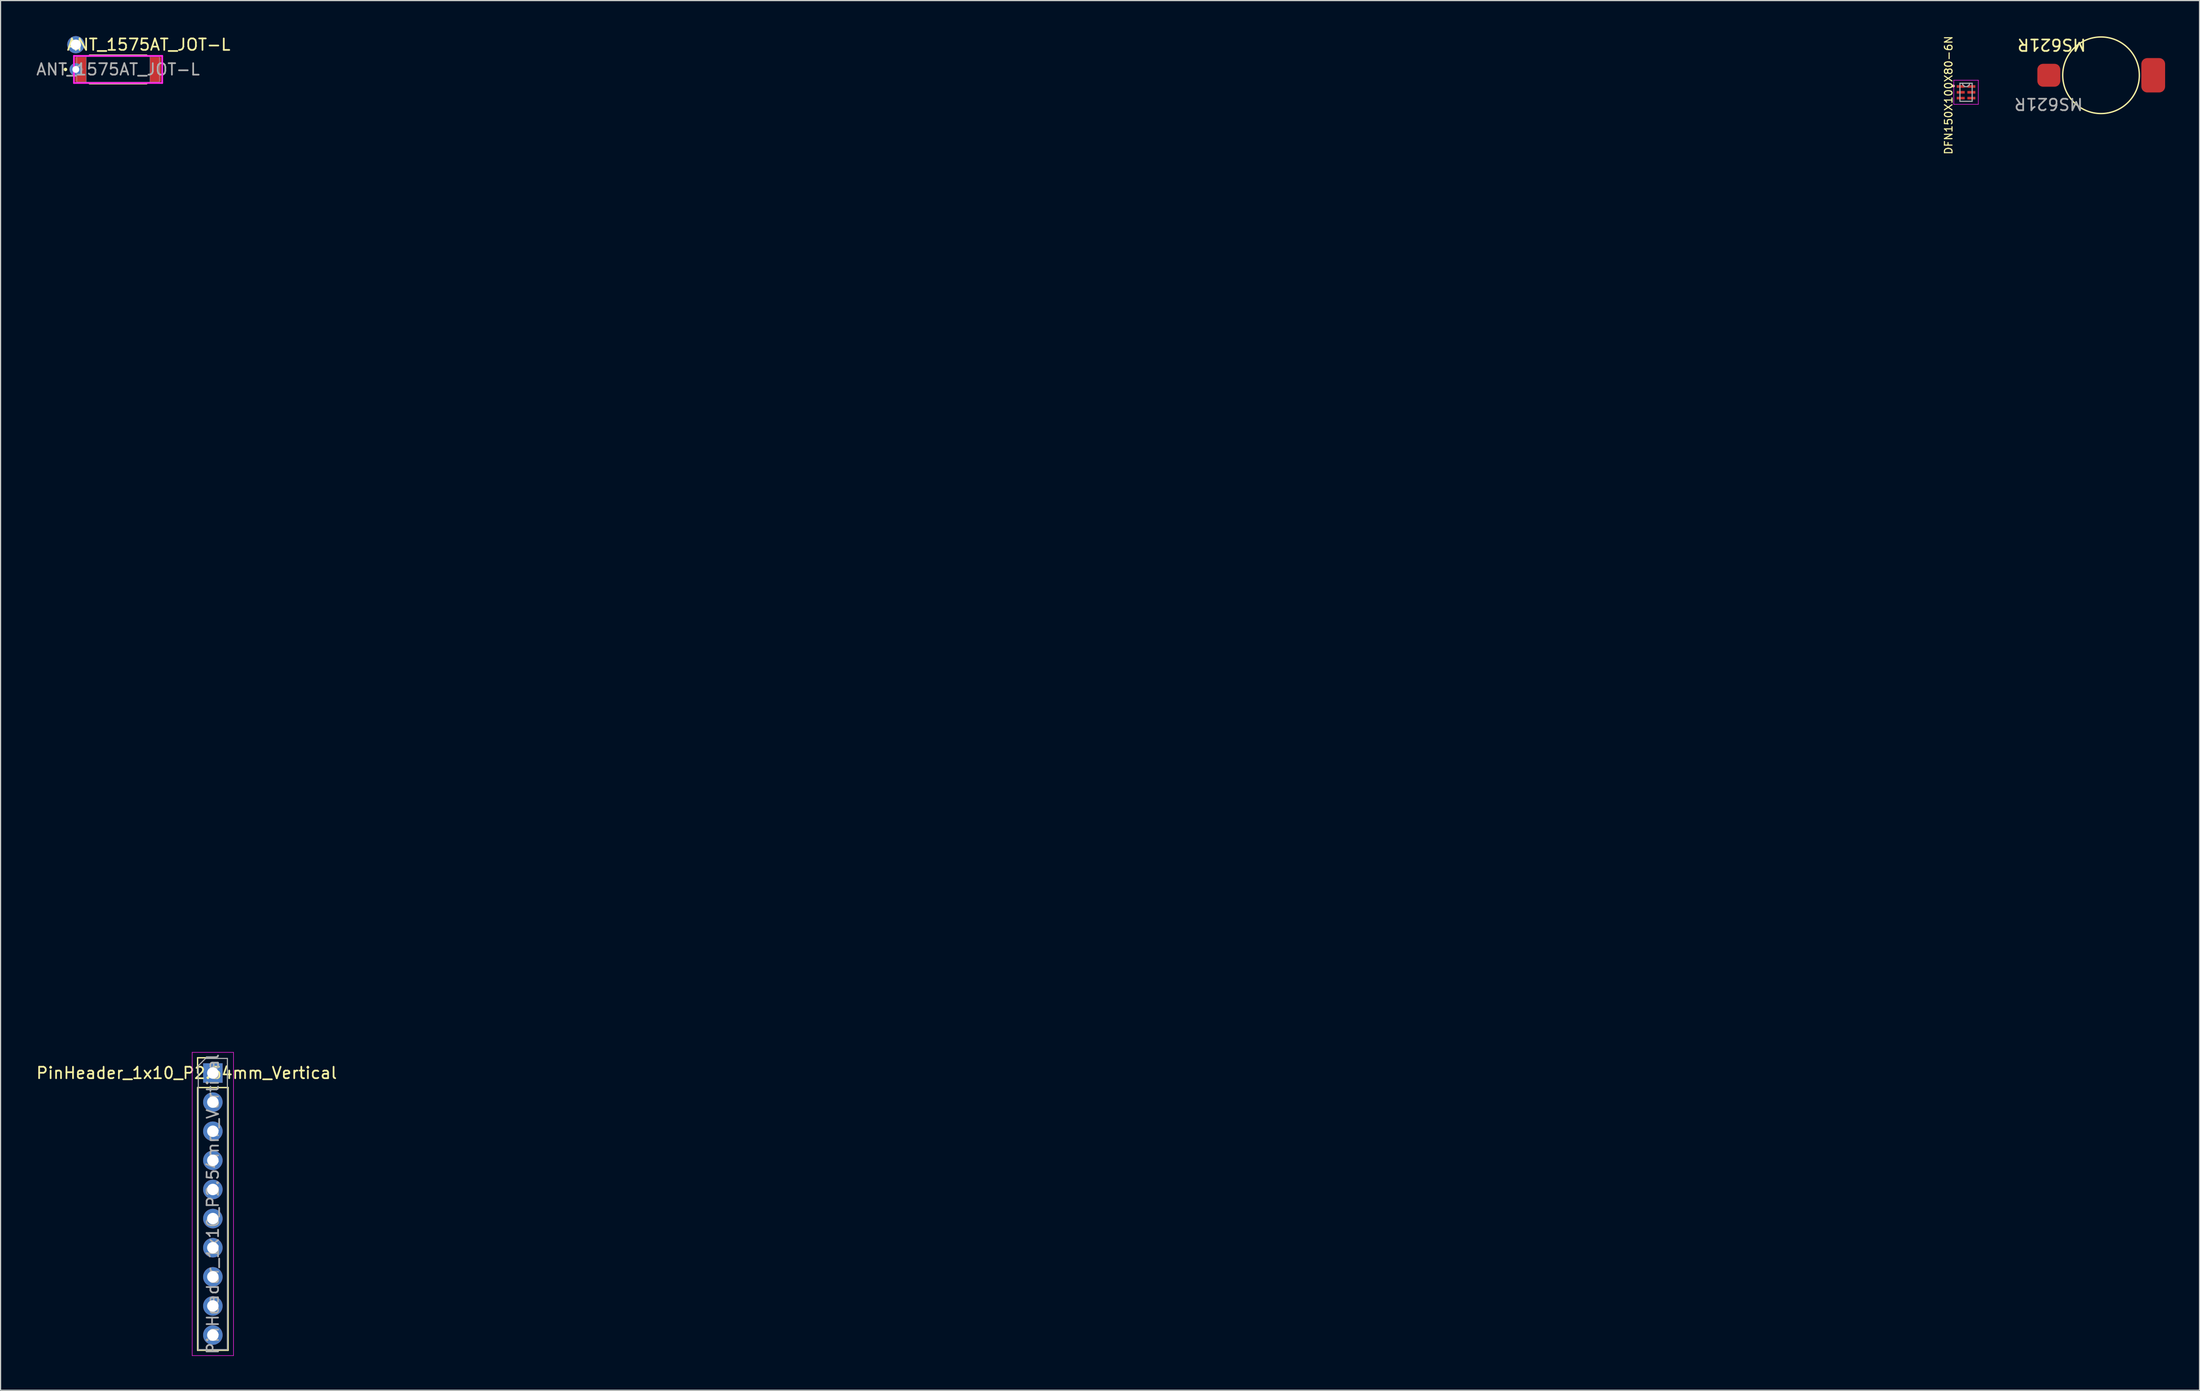
<source format=kicad_pcb>
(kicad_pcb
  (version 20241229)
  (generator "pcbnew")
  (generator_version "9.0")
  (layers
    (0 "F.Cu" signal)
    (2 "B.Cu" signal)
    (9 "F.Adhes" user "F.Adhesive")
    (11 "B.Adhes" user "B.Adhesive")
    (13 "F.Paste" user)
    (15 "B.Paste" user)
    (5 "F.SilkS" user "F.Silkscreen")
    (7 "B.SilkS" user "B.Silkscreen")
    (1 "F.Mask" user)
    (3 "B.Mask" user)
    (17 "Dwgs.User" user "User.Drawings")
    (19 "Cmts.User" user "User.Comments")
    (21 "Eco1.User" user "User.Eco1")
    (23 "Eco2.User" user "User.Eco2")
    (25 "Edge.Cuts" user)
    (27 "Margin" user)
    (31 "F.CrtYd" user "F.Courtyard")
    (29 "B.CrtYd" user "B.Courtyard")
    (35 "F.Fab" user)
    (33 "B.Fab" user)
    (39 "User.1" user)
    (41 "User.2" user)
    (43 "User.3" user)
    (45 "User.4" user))
  (footprint "MS621R"
    (layer "F.Cu")
    (at 175.545 3.515)
    (property "Reference" "MS621R" (at 0.273 -2.667 180) (unlocked yes) (layer "F.SilkS") (effects (font (size 1 1) (thickness 0.15))))
    (attr smd)
    (fp_circle (center 4.572 0) (end 5.08 -3.302) (stroke (width 0.12) (type default)) (fill no) (layer "F.SilkS"))
    (fp_text user "${REFERENCE}" (at 0 2.5 180) (unlocked yes) (layer "F.Fab") (effects (font (size 1 1) (thickness 0.15))))
    (pad "1" smd roundrect (at 9.123 0 90) (size 3 2.074) (layers "F.Cu" "F.Mask" "F.Paste") (roundrect_rratio 0.25))
    (pad "2" smd roundrect (at 0.021 0 270) (size 2 2) (layers "F.Cu" "F.Mask" "F.Paste") (roundrect_rratio 0.25)))
  (footprint "ANT_1575AT_JOT-L"
    (layer "F.Cu")
    (at 7.244 3.007)
    (property "Reference" "ANT_1575AT_JOT-L" (at 2.667 -2.159 0) (unlocked yes) (layer "F.SilkS") (effects (font (size 1 1) (thickness 0.15))))
    (attr smd)
    (fp_line (start -2.486 1.232) (end 2.486 1.232) (stroke (width 0.152) (type solid)) (layer "F.SilkS"))
    (fp_line (start 2.486 -1.232) (end -2.486 -1.232) (stroke (width 0.152) (type solid)) (layer "F.SilkS"))
    (fp_circle (center -4.585 0) (end -4.508 0) (stroke (width 0.152) (type solid)) (fill no) (layer "F.SilkS"))
    (fp_line (start -3.848 -1.181) (end 3.848 -1.181) (stroke (width 0.152) (type solid)) (layer "F.CrtYd"))
    (fp_line (start -3.848 1.181) (end -3.848 -1.181) (stroke (width 0.152) (type solid)) (layer "F.CrtYd"))
    (fp_line (start 3.848 -1.181) (end 3.848 1.181) (stroke (width 0.152) (type solid)) (layer "F.CrtYd"))
    (fp_line (start 3.848 1.181) (end -3.848 1.181) (stroke (width 0.152) (type solid)) (layer "F.CrtYd"))
    (fp_line (start -3.594 -1.105) (end -3.594 1.105) (stroke (width 0.025) (type solid)) (layer "F.Fab"))
    (fp_line (start -3.594 -1.105) (end -3.594 1.105) (stroke (width 0.025) (type solid)) (layer "F.Fab"))
    (fp_line (start -3.594 1.105) (end -2.781 1.105) (stroke (width 0.025) (type solid)) (layer "F.Fab"))
    (fp_line (start -3.594 1.105) (end 3.594 1.105) (stroke (width 0.025) (type solid)) (layer "F.Fab"))
    (fp_line (start -2.781 -1.105) (end -3.594 -1.105) (stroke (width 0.025) (type solid)) (layer "F.Fab"))
    (fp_line (start -2.781 1.105) (end -2.781 -1.105) (stroke (width 0.025) (type solid)) (layer "F.Fab"))
    (fp_line (start 2.781 -1.105) (end 2.781 1.105) (stroke (width 0.025) (type solid)) (layer "F.Fab"))
    (fp_line (start 2.781 1.105) (end 3.594 1.105) (stroke (width 0.025) (type solid)) (layer "F.Fab"))
    (fp_line (start 3.594 -1.105) (end -3.594 -1.105) (stroke (width 0.025) (type solid)) (layer "F.Fab"))
    (fp_line (start 3.594 -1.105) (end 2.781 -1.105) (stroke (width 0.025) (type solid)) (layer "F.Fab"))
    (fp_line (start 3.594 1.105) (end 3.594 -1.105) (stroke (width 0.025) (type solid)) (layer "F.Fab"))
    (fp_line (start 3.594 1.105) (end 3.594 -1.105) (stroke (width 0.025) (type solid)) (layer "F.Fab"))
    (fp_circle (center -3.137 0) (end -3.061 0) (stroke (width 0.025) (type solid)) (fill no) (layer "F.Fab"))
    (fp_text user "${REFERENCE}" (at 0 0 0) (unlocked yes) (layer "F.Fab") (effects (font (size 1 1) (thickness 0.15))))
    (pad "1" thru_hole circle (at -3.683 0) (size 1.1 1.1) (drill 0.6) (layers "*.Cu" "*.Mask"))
    (pad "1" smd rect (at -3.264 0) (size 0.965 2.159) (layers "F.Cu" "F.Mask" "F.Paste"))
    (pad "2" thru_hole circle (at -3.683 -2.159) (size 1.5 1.5) (drill 0.9) (layers "*.Cu" "*.Mask"))
    (pad "3" smd rect (at 3.264 0) (size 0.965 2.159) (layers "F.Cu" "F.Mask" "F.Paste"))
    (zone (net_name "") (layer "F.Cu") (hatch full 0.508) (connect_pads) (min_thickness 0.254) (filled_areas_thickness no) (keepout (tracks not_allowed) (vias not_allowed) (pads allowed) (copperpour not_allowed) (footprints allowed)) (placement (enabled no)) (fill) (polygon (pts (xy 157.803 83.614) (xy 163.264 83.614) (xy 163.264 85.722) (xy 157.803 85.722)))))
  (footprint "PinHeader_1x10_P2.54mm_Vertical"
    (layer "F.Cu")
    (at 15.506 90.547)
    (property "Reference" "PinHeader_1x10_P2.54mm_Vertical" (at -2.286 0 180) (layer "F.SilkS") (effects (font (size 1 1) (thickness 0.15))))
    (attr through_hole)
    (fp_line (start -1.33 -1.33) (end 0 -1.33) (stroke (width 0.12) (type solid)) (layer "F.SilkS"))
    (fp_line (start -1.33 0) (end -1.33 -1.33) (stroke (width 0.12) (type solid)) (layer "F.SilkS"))
    (fp_line (start -1.33 1.27) (end -1.33 24.19) (stroke (width 0.12) (type solid)) (layer "F.SilkS"))
    (fp_line (start -1.33 1.27) (end 1.33 1.27) (stroke (width 0.12) (type solid)) (layer "F.SilkS"))
    (fp_line (start -1.33 24.19) (end 1.33 24.19) (stroke (width 0.12) (type solid)) (layer "F.SilkS"))
    (fp_line (start 1.33 1.27) (end 1.33 24.19) (stroke (width 0.12) (type solid)) (layer "F.SilkS"))
    (fp_line (start -1.8 -1.8) (end -1.8 24.65) (stroke (width 0.05) (type solid)) (layer "F.CrtYd"))
    (fp_line (start -1.8 24.65) (end 1.8 24.65) (stroke (width 0.05) (type solid)) (layer "F.CrtYd"))
    (fp_line (start 1.8 -1.8) (end -1.8 -1.8) (stroke (width 0.05) (type solid)) (layer "F.CrtYd"))
    (fp_line (start 1.8 24.65) (end 1.8 -1.8) (stroke (width 0.05) (type solid)) (layer "F.CrtYd"))
    (fp_line (start -1.27 -0.635) (end -0.635 -1.27) (stroke (width 0.1) (type solid)) (layer "F.Fab"))
    (fp_line (start -1.27 24.13) (end -1.27 -0.635) (stroke (width 0.1) (type solid)) (layer "F.Fab"))
    (fp_line (start -0.635 -1.27) (end 1.27 -1.27) (stroke (width 0.1) (type solid)) (layer "F.Fab"))
    (fp_line (start 1.27 -1.27) (end 1.27 24.13) (stroke (width 0.1) (type solid)) (layer "F.Fab"))
    (fp_line (start 1.27 24.13) (end -1.27 24.13) (stroke (width 0.1) (type solid)) (layer "F.Fab"))
    (fp_text user "${REFERENCE}" (at 0 11.43 270) (layer "F.Fab") (effects (font (size 1 1) (thickness 0.15))))
    (pad "1" thru_hole rect (at 0 0 180) (size 1.7 1.7) (drill 1) (layers "*.Cu" "*.Mask"))
    (pad "2" thru_hole oval (at 0 2.54 180) (size 1.7 1.7) (drill 1) (layers "*.Cu" "*.Mask"))
    (pad "3" thru_hole oval (at 0 5.08 180) (size 1.7 1.7) (drill 1) (layers "*.Cu" "*.Mask"))
    (pad "4" thru_hole oval (at 0 7.62 180) (size 1.7 1.7) (drill 1) (layers "*.Cu" "*.Mask"))
    (pad "5" thru_hole oval (at 0 10.16 180) (size 1.7 1.7) (drill 1) (layers "*.Cu" "*.Mask"))
    (pad "6" thru_hole oval (at 0 12.7 180) (size 1.7 1.7) (drill 1) (layers "*.Cu" "*.Mask"))
    (pad "7" thru_hole oval (at 0 15.24 180) (size 1.7 1.7) (drill 1) (layers "*.Cu" "*.Mask"))
    (pad "8" thru_hole oval (at 0 17.78 180) (size 1.7 1.7) (drill 1) (layers "*.Cu" "*.Mask"))
    (pad "9" thru_hole oval (at 0 20.32 180) (size 1.7 1.7) (drill 1) (layers "*.Cu" "*.Mask"))
    (pad "10" thru_hole oval (at 0 22.86 180) (size 1.7 1.7) (drill 1) (layers "*.Cu" "*.Mask")))
  (footprint "DFN150X100X80-6N"
    (layer "F.Cu")
    (at 168.349 5)
    (property "Reference" "DFN150X100X80-6N" (at -1.524 0.254 270) (layer "F.SilkS") (effects (font (size 0.66 0.66) (thickness 0.1))))
    (attr smd)
    (fp_circle (center -1.1 -0.55) (end -1.05 -0.55) (stroke (width 0.05) (type solid)) (fill no) (layer "F.SilkS"))
    (fp_circle (center -1.1 -0.55) (end -1.029 -0.55) (stroke (width 0.05) (type solid)) (fill no) (layer "F.SilkS"))
    (fp_circle (center -1.1 -0.55) (end -1.029 -0.55) (stroke (width 0.05) (type solid)) (fill no) (layer "F.SilkS"))
    (fp_circle (center -1.1 -0.55) (end -1 -0.55) (stroke (width 0.05) (type solid)) (fill no) (layer "F.SilkS"))
    (fp_circle (center -1.1 -0.5) (end -1.05 -0.5) (stroke (width 0.05) (type solid)) (fill no) (layer "F.SilkS"))
    (fp_line (start -1.07 -1.05) (end 1.07 -1.05) (stroke (width 0.05) (type solid)) (layer "F.CrtYd"))
    (fp_line (start -1.07 1.05) (end -1.07 -1.05) (stroke (width 0.05) (type solid)) (layer "F.CrtYd"))
    (fp_line (start -1.07 1.05) (end 1.07 1.05) (stroke (width 0.05) (type solid)) (layer "F.CrtYd"))
    (fp_line (start 1.07 -1.05) (end 1.07 1.05) (stroke (width 0.05) (type solid)) (layer "F.CrtYd"))
    (fp_line (start -0.533 -0.787) (end -0.533 0.787) (stroke (width 0.1) (type solid)) (layer "F.Fab"))
    (fp_line (start -0.533 0.787) (end 0.533 0.787) (stroke (width 0.1) (type solid)) (layer "F.Fab"))
    (fp_line (start -0.305 -0.787) (end -0.533 -0.787) (stroke (width 0.1) (type solid)) (layer "F.Fab"))
    (fp_line (start 0.305 -0.787) (end -0.305 -0.787) (stroke (width 0.1) (type solid)) (layer "F.Fab"))
    (fp_line (start 0.533 -0.787) (end 0.305 -0.787) (stroke (width 0.1) (type solid)) (layer "F.Fab"))
    (fp_line (start 0.533 0.787) (end 0.533 -0.787) (stroke (width 0.1) (type solid)) (layer "F.Fab"))
    (fp_arc (start 0.3048 -0.7874) (mid 0 -0.4826) (end -0.3048 -0.7874) (stroke (width 0.1) (type solid)) (layer "F.Fab"))
    (pad "1" smd rect (at -0.465 -0.508) (size 0.7 0.23) (layers "F.Cu" "F.Mask" "F.Paste"))
    (pad "2" smd rect (at -0.465 0) (size 0.7 0.23) (layers "F.Cu" "F.Mask" "F.Paste"))
    (pad "3" smd rect (at -0.465 0.508) (size 0.7 0.23) (layers "F.Cu" "F.Mask" "F.Paste"))
    (pad "4" smd rect (at 0.465 0.508) (size 0.7 0.23) (layers "F.Cu" "F.Mask" "F.Paste"))
    (pad "5" smd rect (at 0.465 0) (size 0.7 0.23) (layers "F.Cu" "F.Mask" "F.Paste"))
    (pad "6" smd rect (at 0.465 -0.508) (size 0.7 0.23) (layers "F.Cu" "F.Mask" "F.Paste")))
  (gr_rect
    (start -3 -3)
    (end 188.705 118.222)
    (stroke (width 0.1) (type default))
    (fill no)
    (layer "Edge.Cuts")))
</source>
